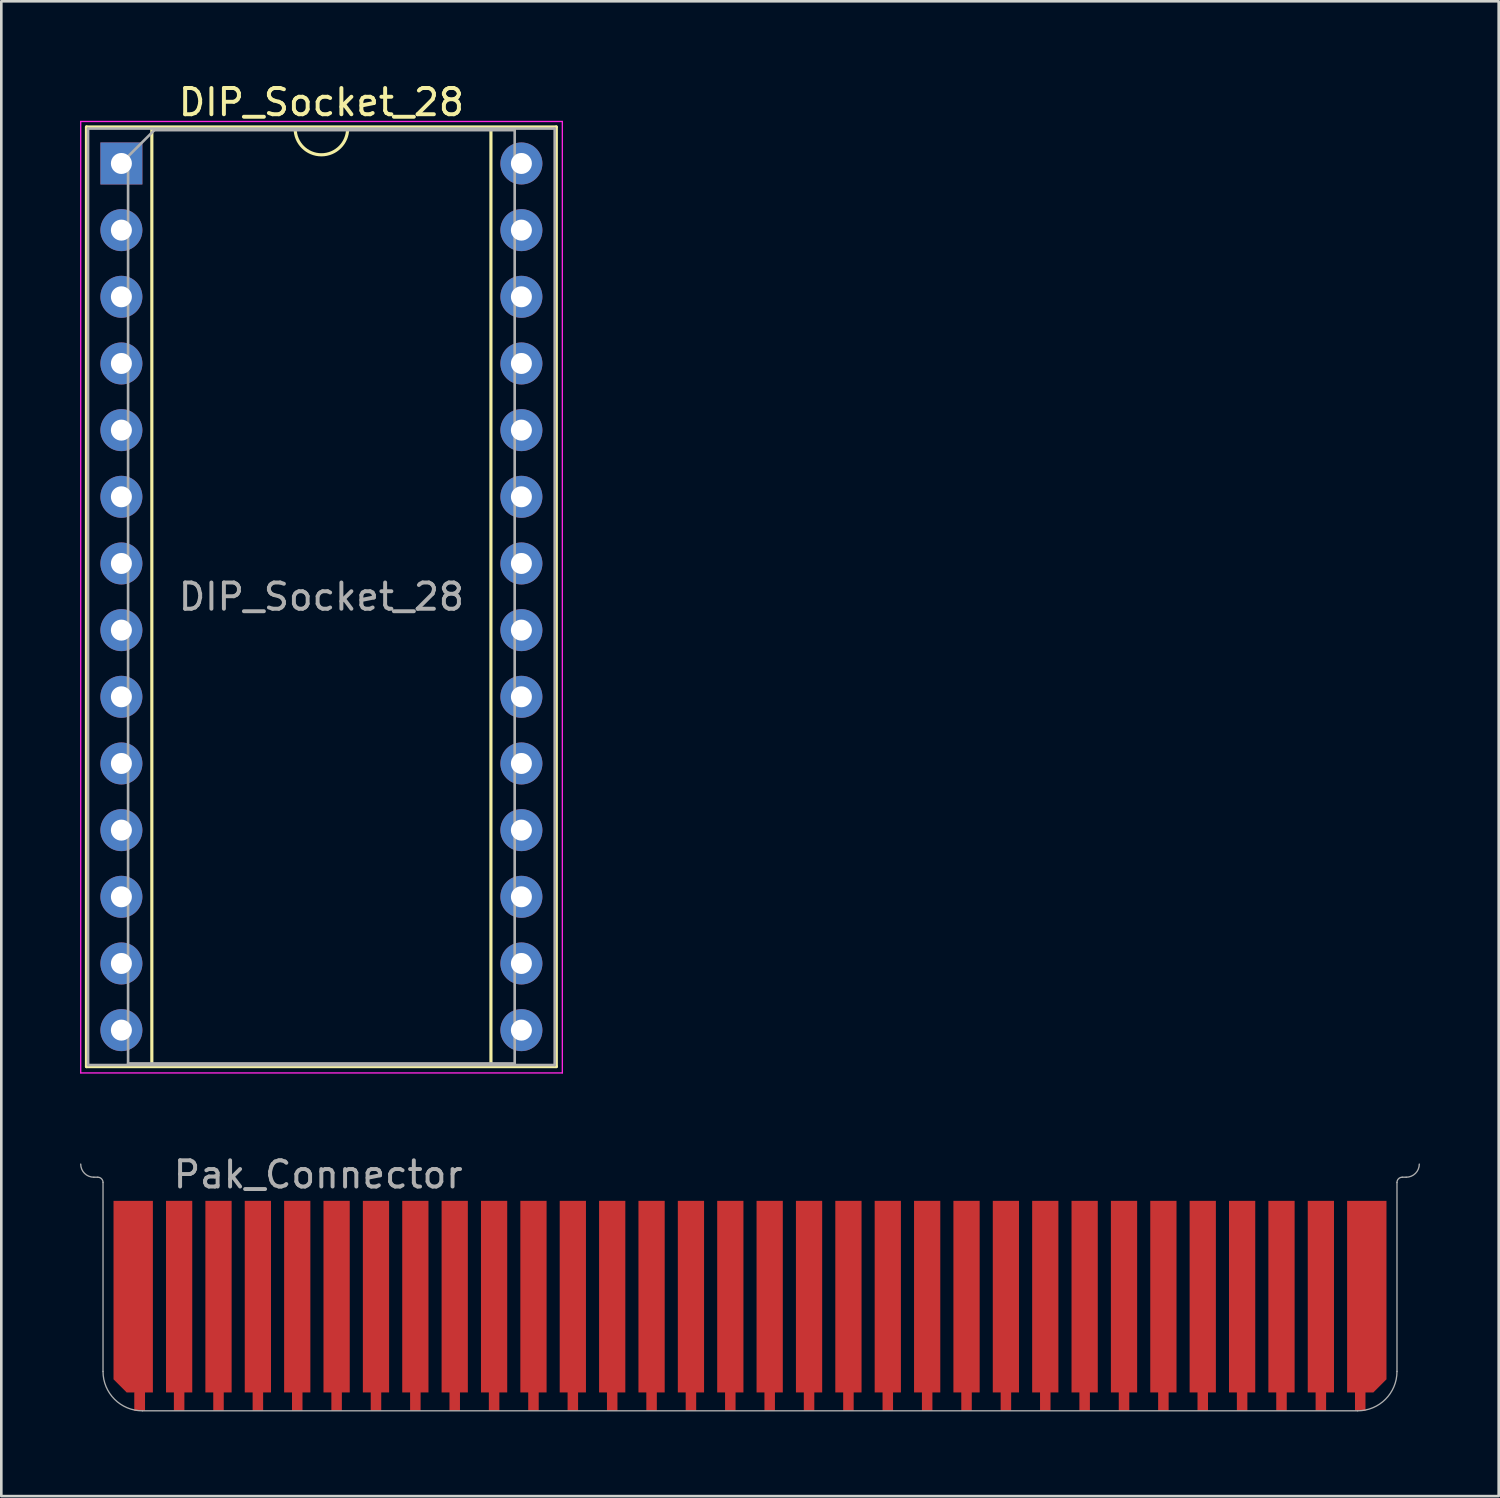
<source format=kicad_pcb>
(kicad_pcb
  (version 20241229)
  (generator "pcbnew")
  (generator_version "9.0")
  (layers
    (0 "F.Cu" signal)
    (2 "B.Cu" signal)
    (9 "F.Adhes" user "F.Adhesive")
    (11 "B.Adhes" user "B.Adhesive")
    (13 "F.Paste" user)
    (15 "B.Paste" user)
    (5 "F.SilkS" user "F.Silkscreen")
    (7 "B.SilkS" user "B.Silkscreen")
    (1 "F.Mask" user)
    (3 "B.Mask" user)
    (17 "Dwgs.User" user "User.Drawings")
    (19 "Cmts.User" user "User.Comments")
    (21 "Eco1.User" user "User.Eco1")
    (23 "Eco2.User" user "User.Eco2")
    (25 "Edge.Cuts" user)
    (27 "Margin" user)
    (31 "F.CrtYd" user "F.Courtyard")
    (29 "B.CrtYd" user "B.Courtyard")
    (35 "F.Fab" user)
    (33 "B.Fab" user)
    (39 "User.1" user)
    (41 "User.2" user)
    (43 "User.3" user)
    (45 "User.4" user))
  (footprint "Pak_Connector"
    (layer "F.Cu")
    (at 25.525 50.702)
    (property "Reference" "Pak_Connector" (at -22.05 -9 0) (layer "F.Fab") (effects (font (size 1 1) (thickness 0.15)) (justify left)))
    (attr through_hole)
    (fp_poly (pts (xy -23.05 0) (xy -23.45 0) (xy -23.45 -0.7) (xy -23.05 -0.7)) (stroke (width 0) (type solid)) (fill yes) (layer "F.Cu"))
    (fp_poly (pts (xy 24.65 -0.7) (xy -24.65 -0.7) (xy -24.65 -7) (xy 24.65 -7)) (stroke (width 0) (type solid)) (fill yes) (layer "F.Mask"))
    (fp_line (start -25 -8.9) (end -24.85 -8.9) (stroke (width 0.05) (type solid)) (layer "F.Fab"))
    (fp_line (start -24.65 -1.5) (end -24.65 -8.7) (stroke (width 0.05) (type solid)) (layer "F.Fab"))
    (fp_line (start -23.15 0) (end 23.15 0) (stroke (width 0.05) (type solid)) (layer "F.Fab"))
    (fp_line (start 24.65 -1.5) (end 24.65 -8.7) (stroke (width 0.05) (type solid)) (layer "F.Fab"))
    (fp_line (start 24.85 -8.9) (end 25 -8.9) (stroke (width 0.05) (type solid)) (layer "F.Fab"))
    (fp_arc (start -25 -8.9) (mid -25.353553 -9.046447) (end -25.5 -9.4) (stroke (width 0.05) (type solid)) (layer "F.Fab"))
    (fp_arc (start -24.85 -8.9) (mid -24.708579 -8.841421) (end -24.65 -8.7) (stroke (width 0.05) (type solid)) (layer "F.Fab"))
    (fp_arc (start -23.15 0) (mid -24.21066 -0.43934) (end -24.65 -1.5) (stroke (width 0.05) (type solid)) (layer "F.Fab"))
    (fp_arc (start 24.65 -8.7) (mid 24.708579 -8.841421) (end 24.85 -8.9) (stroke (width 0.05) (type solid)) (layer "F.Fab"))
    (fp_arc (start 24.65 -1.5) (mid 24.21066 -0.43934) (end 23.15 0) (stroke (width 0.05) (type solid)) (layer "F.Fab"))
    (fp_arc (start 25.5 -9.4) (mid 25.353553 -9.046447) (end 25 -8.9) (stroke (width 0.05) (type solid)) (layer "F.Fab"))
    (pad "1" smd custom (at -23.5 -7.5) (size 1 1) (layers "F.Cu") (options (anchor rect)) (primitives (gr_poly (pts (xy -0.75 6.3) (xy -0.75 -0.5) (xy 0.75 -0.5) (xy 0.75 6.8) (xy 0.45 6.8) (xy 0.45 7.5) (xy 0.05 7.5) (xy 0.05 6.8) (xy -0.25 6.8)) (width 0) (fill yes))))
    (pad "2" smd custom (at -21.75 -7.5) (size 1 1) (layers "F.Cu") (options (anchor rect)) (primitives (gr_poly (pts (xy 0.5 6.8) (xy 0.2 6.8) (xy 0.2 7.5) (xy -0.2 7.5) (xy -0.2 6.8) (xy -0.5 6.8) (xy -0.5 0.5) (xy 0.5 0.5)) (width 0) (fill yes))))
    (pad "3" smd custom (at -20.25 -7.5) (size 1 1) (layers "F.Cu") (options (anchor rect)) (primitives (gr_poly (pts (xy 0.5 6.8) (xy 0.2 6.8) (xy 0.2 7.5) (xy -0.2 7.5) (xy -0.2 6.8) (xy -0.5 6.8) (xy -0.5 0.5) (xy 0.5 0.5)) (width 0) (fill yes))))
    (pad "4" smd custom (at -18.75 -7.5) (size 1 1) (layers "F.Cu") (options (anchor rect)) (primitives (gr_poly (pts (xy 0.5 6.8) (xy 0.2 6.8) (xy 0.2 7.5) (xy -0.2 7.5) (xy -0.2 6.8) (xy -0.5 6.8) (xy -0.5 0.5) (xy 0.5 0.5)) (width 0) (fill yes))))
    (pad "5" smd custom (at -17.25 -7.5) (size 1 1) (layers "F.Cu") (options (anchor rect)) (primitives (gr_poly (pts (xy 0.5 6.8) (xy 0.2 6.8) (xy 0.2 7.5) (xy -0.2 7.5) (xy -0.2 6.8) (xy -0.5 6.8) (xy -0.5 0.5) (xy 0.5 0.5)) (width 0) (fill yes))))
    (pad "6" smd custom (at -15.75 -7.5) (size 1 1) (layers "F.Cu") (options (anchor rect)) (primitives (gr_poly (pts (xy 0.5 6.8) (xy 0.2 6.8) (xy 0.2 7.5) (xy -0.2 7.5) (xy -0.2 6.8) (xy -0.5 6.8) (xy -0.5 0.5) (xy 0.5 0.5)) (width 0) (fill yes))))
    (pad "7" smd custom (at -14.25 -7.5) (size 1 1) (layers "F.Cu") (options (anchor rect)) (primitives (gr_poly (pts (xy 0.5 6.8) (xy 0.2 6.8) (xy 0.2 7.5) (xy -0.2 7.5) (xy -0.2 6.8) (xy -0.5 6.8) (xy -0.5 0.5) (xy 0.5 0.5)) (width 0) (fill yes))))
    (pad "8" smd custom (at -12.75 -7.5) (size 1 1) (layers "F.Cu") (options (anchor rect)) (primitives (gr_poly (pts (xy 0.5 6.8) (xy 0.2 6.8) (xy 0.2 7.5) (xy -0.2 7.5) (xy -0.2 6.8) (xy -0.5 6.8) (xy -0.5 0.5) (xy 0.5 0.5)) (width 0) (fill yes))))
    (pad "9" smd custom (at -11.25 -7.5) (size 1 1) (layers "F.Cu") (options (anchor rect)) (primitives (gr_poly (pts (xy 0.5 6.8) (xy 0.2 6.8) (xy 0.2 7.5) (xy -0.2 7.5) (xy -0.2 6.8) (xy -0.5 6.8) (xy -0.5 0.5) (xy 0.5 0.5)) (width 0) (fill yes))))
    (pad "10" smd custom (at -9.75 -7.5) (size 1 1) (layers "F.Cu") (options (anchor rect)) (primitives (gr_poly (pts (xy 0.5 6.8) (xy 0.2 6.8) (xy 0.2 7.5) (xy -0.2 7.5) (xy -0.2 6.8) (xy -0.5 6.8) (xy -0.5 0.5) (xy 0.5 0.5)) (width 0) (fill yes))))
    (pad "11" smd custom (at -8.25 -7.5) (size 1 1) (layers "F.Cu") (options (anchor rect)) (primitives (gr_poly (pts (xy 0.5 6.8) (xy 0.2 6.8) (xy 0.2 7.5) (xy -0.2 7.5) (xy -0.2 6.8) (xy -0.5 6.8) (xy -0.5 0.5) (xy 0.5 0.5)) (width 0) (fill yes))))
    (pad "12" smd custom (at -6.75 -7.5) (size 1 1) (layers "F.Cu") (options (anchor rect)) (primitives (gr_poly (pts (xy 0.5 6.8) (xy 0.2 6.8) (xy 0.2 7.5) (xy -0.2 7.5) (xy -0.2 6.8) (xy -0.5 6.8) (xy -0.5 0.5) (xy 0.5 0.5)) (width 0) (fill yes))))
    (pad "13" smd custom (at -5.25 -7.5) (size 1 1) (layers "F.Cu") (options (anchor rect)) (primitives (gr_poly (pts (xy 0.5 6.8) (xy 0.2 6.8) (xy 0.2 7.5) (xy -0.2 7.5) (xy -0.2 6.8) (xy -0.5 6.8) (xy -0.5 0.5) (xy 0.5 0.5)) (width 0) (fill yes))))
    (pad "14" smd custom (at -3.75 -7.5) (size 1 1) (layers "F.Cu") (options (anchor rect)) (primitives (gr_poly (pts (xy 0.5 6.8) (xy 0.2 6.8) (xy 0.2 7.5) (xy -0.2 7.5) (xy -0.2 6.8) (xy -0.5 6.8) (xy -0.5 0.5) (xy 0.5 0.5)) (width 0) (fill yes))))
    (pad "15" smd custom (at -2.25 -7.5) (size 1 1) (layers "F.Cu") (options (anchor rect)) (primitives (gr_poly (pts (xy 0.5 6.8) (xy 0.2 6.8) (xy 0.2 7.5) (xy -0.2 7.5) (xy -0.2 6.8) (xy -0.5 6.8) (xy -0.5 0.5) (xy 0.5 0.5)) (width 0) (fill yes))))
    (pad "16" smd custom (at -0.75 -7.5) (size 1 1) (layers "F.Cu") (options (anchor rect)) (primitives (gr_poly (pts (xy 0.5 6.8) (xy 0.2 6.8) (xy 0.2 7.5) (xy -0.2 7.5) (xy -0.2 6.8) (xy -0.5 6.8) (xy -0.5 0.5) (xy 0.5 0.5)) (width 0) (fill yes))))
    (pad "17" smd custom (at 0.75 -7.5) (size 1 1) (layers "F.Cu") (options (anchor rect)) (primitives (gr_poly (pts (xy 0.5 6.8) (xy 0.2 6.8) (xy 0.2 7.5) (xy -0.2 7.5) (xy -0.2 6.8) (xy -0.5 6.8) (xy -0.5 0.5) (xy 0.5 0.5)) (width 0) (fill yes))))
    (pad "18" smd custom (at 2.25 -7.5) (size 1 1) (layers "F.Cu") (options (anchor rect)) (primitives (gr_poly (pts (xy 0.5 6.8) (xy 0.2 6.8) (xy 0.2 7.5) (xy -0.2 7.5) (xy -0.2 6.8) (xy -0.5 6.8) (xy -0.5 0.5) (xy 0.5 0.5)) (width 0) (fill yes))))
    (pad "19" smd custom (at 3.75 -7.5) (size 1 1) (layers "F.Cu") (options (anchor rect)) (primitives (gr_poly (pts (xy 0.5 6.8) (xy 0.2 6.8) (xy 0.2 7.5) (xy -0.2 7.5) (xy -0.2 6.8) (xy -0.5 6.8) (xy -0.5 0.5) (xy 0.5 0.5)) (width 0) (fill yes))))
    (pad "20" smd custom (at 5.25 -7.5) (size 1 1) (layers "F.Cu") (options (anchor rect)) (primitives (gr_poly (pts (xy 0.5 6.8) (xy 0.2 6.8) (xy 0.2 7.5) (xy -0.2 7.5) (xy -0.2 6.8) (xy -0.5 6.8) (xy -0.5 0.5) (xy 0.5 0.5)) (width 0) (fill yes))))
    (pad "21" smd custom (at 6.75 -7.5) (size 1 1) (layers "F.Cu") (options (anchor rect)) (primitives (gr_poly (pts (xy 0.5 6.8) (xy 0.2 6.8) (xy 0.2 7.5) (xy -0.2 7.5) (xy -0.2 6.8) (xy -0.5 6.8) (xy -0.5 0.5) (xy 0.5 0.5)) (width 0) (fill yes))))
    (pad "22" smd custom (at 8.25 -7.5) (size 1 1) (layers "F.Cu") (options (anchor rect)) (primitives (gr_poly (pts (xy 0.5 6.8) (xy 0.2 6.8) (xy 0.2 7.5) (xy -0.2 7.5) (xy -0.2 6.8) (xy -0.5 6.8) (xy -0.5 0.5) (xy 0.5 0.5)) (width 0) (fill yes))))
    (pad "23" smd custom (at 9.75 -7.5) (size 1 1) (layers "F.Cu") (options (anchor rect)) (primitives (gr_poly (pts (xy 0.5 6.8) (xy 0.2 6.8) (xy 0.2 7.5) (xy -0.2 7.5) (xy -0.2 6.8) (xy -0.5 6.8) (xy -0.5 0.5) (xy 0.5 0.5)) (width 0) (fill yes))))
    (pad "24" smd custom (at 11.25 -7.5) (size 1 1) (layers "F.Cu") (options (anchor rect)) (primitives (gr_poly (pts (xy 0.5 6.8) (xy 0.2 6.8) (xy 0.2 7.5) (xy -0.2 7.5) (xy -0.2 6.8) (xy -0.5 6.8) (xy -0.5 0.5) (xy 0.5 0.5)) (width 0) (fill yes))))
    (pad "25" smd custom (at 12.75 -7.5) (size 1 1) (layers "F.Cu") (options (anchor rect)) (primitives (gr_poly (pts (xy 0.5 6.8) (xy 0.2 6.8) (xy 0.2 7.5) (xy -0.2 7.5) (xy -0.2 6.8) (xy -0.5 6.8) (xy -0.5 0.5) (xy 0.5 0.5)) (width 0) (fill yes))))
    (pad "26" smd custom (at 14.25 -7.5) (size 1 1) (layers "F.Cu") (options (anchor rect)) (primitives (gr_poly (pts (xy 0.5 6.8) (xy 0.2 6.8) (xy 0.2 7.5) (xy -0.2 7.5) (xy -0.2 6.8) (xy -0.5 6.8) (xy -0.5 0.5) (xy 0.5 0.5)) (width 0) (fill yes))))
    (pad "27" smd custom (at 15.75 -7.5) (size 1 1) (layers "F.Cu") (options (anchor rect)) (primitives (gr_poly (pts (xy 0.5 6.8) (xy 0.2 6.8) (xy 0.2 7.5) (xy -0.2 7.5) (xy -0.2 6.8) (xy -0.5 6.8) (xy -0.5 0.5) (xy 0.5 0.5)) (width 0) (fill yes))))
    (pad "28" smd custom (at 17.25 -7.5) (size 1 1) (layers "F.Cu") (options (anchor rect)) (primitives (gr_poly (pts (xy 0.5 6.8) (xy 0.2 6.8) (xy 0.2 7.5) (xy -0.2 7.5) (xy -0.2 6.8) (xy -0.5 6.8) (xy -0.5 0.5) (xy 0.5 0.5)) (width 0) (fill yes))))
    (pad "29" smd custom (at 18.75 -7.5) (size 1 1) (layers "F.Cu") (options (anchor rect)) (primitives (gr_poly (pts (xy 0.5 6.8) (xy 0.2 6.8) (xy 0.2 7.5) (xy -0.2 7.5) (xy -0.2 6.8) (xy -0.5 6.8) (xy -0.5 0.5) (xy 0.5 0.5)) (width 0) (fill yes))))
    (pad "30" smd custom (at 20.25 -7.5) (size 1 1) (layers "F.Cu") (options (anchor rect)) (primitives (gr_poly (pts (xy 0.5 6.8) (xy 0.2 6.8) (xy 0.2 7.5) (xy -0.2 7.5) (xy -0.2 6.8) (xy -0.5 6.8) (xy -0.5 0.5) (xy 0.5 0.5)) (width 0) (fill yes))))
    (pad "31" smd custom (at 21.75 -7.5) (size 1 1) (layers "F.Cu") (options (anchor rect)) (primitives (gr_poly (pts (xy 0.5 6.8) (xy 0.2 6.8) (xy 0.2 7.5) (xy -0.2 7.5) (xy -0.2 6.8) (xy -0.5 6.8) (xy -0.5 0.5) (xy 0.5 0.5)) (width 0) (fill yes))))
    (pad "32" smd custom (at 23.5 -7.5) (size 1 1) (layers "F.Cu") (options (anchor rect)) (primitives (gr_poly (pts (xy -0.75 6.8) (xy -0.75 -0.5) (xy 0.75 -0.5) (xy 0.75 6.3) (xy 0.25 6.8) (xy -0.05 6.8) (xy -0.05 7.5) (xy -0.45 7.5) (xy -0.45 6.8)) (width 0) (fill yes)))))
  (footprint "DIP_Socket_28"
    (layer "F.Cu")
    (at 1.575 3.178)
    (property "Reference" "DIP_Socket_28" (at 7.62 -2.33 0) (layer "F.SilkS") (effects (font (size 1 1) (thickness 0.15))))
    (attr through_hole)
    (fp_line (start -1.33 -1.39) (end -1.33 34.41) (stroke (width 0.12) (type solid)) (layer "F.SilkS"))
    (fp_line (start -1.33 34.41) (end 16.57 34.41) (stroke (width 0.12) (type solid)) (layer "F.SilkS"))
    (fp_line (start 1.16 -1.33) (end 1.16 34.35) (stroke (width 0.12) (type solid)) (layer "F.SilkS"))
    (fp_line (start 1.16 34.35) (end 14.08 34.35) (stroke (width 0.12) (type solid)) (layer "F.SilkS"))
    (fp_line (start 6.62 -1.33) (end 1.16 -1.33) (stroke (width 0.12) (type solid)) (layer "F.SilkS"))
    (fp_line (start 14.08 -1.33) (end 8.62 -1.33) (stroke (width 0.12) (type solid)) (layer "F.SilkS"))
    (fp_line (start 14.08 34.35) (end 14.08 -1.33) (stroke (width 0.12) (type solid)) (layer "F.SilkS"))
    (fp_line (start 16.57 -1.39) (end -1.33 -1.39) (stroke (width 0.12) (type solid)) (layer "F.SilkS"))
    (fp_line (start 16.57 34.41) (end 16.57 -1.39) (stroke (width 0.12) (type solid)) (layer "F.SilkS"))
    (fp_arc (start 8.62 -1.33) (mid 7.62 -0.33) (end 6.62 -1.33) (stroke (width 0.12) (type solid)) (layer "F.SilkS"))
    (fp_line (start -1.55 -1.6) (end -1.55 34.65) (stroke (width 0.05) (type solid)) (layer "F.CrtYd"))
    (fp_line (start -1.55 34.65) (end 16.8 34.65) (stroke (width 0.05) (type solid)) (layer "F.CrtYd"))
    (fp_line (start 16.8 -1.6) (end -1.55 -1.6) (stroke (width 0.05) (type solid)) (layer "F.CrtYd"))
    (fp_line (start 16.8 34.65) (end 16.8 -1.6) (stroke (width 0.05) (type solid)) (layer "F.CrtYd"))
    (fp_line (start -1.27 -1.33) (end -1.27 34.35) (stroke (width 0.1) (type solid)) (layer "F.Fab"))
    (fp_line (start -1.27 34.35) (end 16.51 34.35) (stroke (width 0.1) (type solid)) (layer "F.Fab"))
    (fp_line (start 0.255 -0.27) (end 1.255 -1.27) (stroke (width 0.1) (type solid)) (layer "F.Fab"))
    (fp_line (start 0.255 34.29) (end 0.255 -0.27) (stroke (width 0.1) (type solid)) (layer "F.Fab"))
    (fp_line (start 1.255 -1.27) (end 14.985 -1.27) (stroke (width 0.1) (type solid)) (layer "F.Fab"))
    (fp_line (start 14.985 -1.27) (end 14.985 34.29) (stroke (width 0.1) (type solid)) (layer "F.Fab"))
    (fp_line (start 14.985 34.29) (end 0.255 34.29) (stroke (width 0.1) (type solid)) (layer "F.Fab"))
    (fp_line (start 16.51 -1.33) (end -1.27 -1.33) (stroke (width 0.1) (type solid)) (layer "F.Fab"))
    (fp_line (start 16.51 34.35) (end 16.51 -1.33) (stroke (width 0.1) (type solid)) (layer "F.Fab"))
    (fp_text user "${REFERENCE}" (at 7.62 16.51 0) (layer "F.Fab") (effects (font (size 1 1) (thickness 0.15))))
    (pad "1" thru_hole rect (at 0 0) (size 1.6 1.6) (drill 0.8) (layers "*.Cu" "*.Mask"))
    (pad "2" thru_hole oval (at 0 2.54) (size 1.6 1.6) (drill 0.8) (layers "*.Cu" "*.Mask"))
    (pad "3" thru_hole oval (at 0 5.08) (size 1.6 1.6) (drill 0.8) (layers "*.Cu" "*.Mask"))
    (pad "4" thru_hole oval (at 0 7.62) (size 1.6 1.6) (drill 0.8) (layers "*.Cu" "*.Mask"))
    (pad "5" thru_hole oval (at 0 10.16) (size 1.6 1.6) (drill 0.8) (layers "*.Cu" "*.Mask"))
    (pad "6" thru_hole oval (at 0 12.7) (size 1.6 1.6) (drill 0.8) (layers "*.Cu" "*.Mask"))
    (pad "7" thru_hole oval (at 0 15.24) (size 1.6 1.6) (drill 0.8) (layers "*.Cu" "*.Mask"))
    (pad "8" thru_hole oval (at 0 17.78) (size 1.6 1.6) (drill 0.8) (layers "*.Cu" "*.Mask"))
    (pad "9" thru_hole oval (at 0 20.32) (size 1.6 1.6) (drill 0.8) (layers "*.Cu" "*.Mask"))
    (pad "10" thru_hole oval (at 0 22.86) (size 1.6 1.6) (drill 0.8) (layers "*.Cu" "*.Mask"))
    (pad "11" thru_hole oval (at 0 25.4) (size 1.6 1.6) (drill 0.8) (layers "*.Cu" "*.Mask"))
    (pad "12" thru_hole oval (at 0 27.94) (size 1.6 1.6) (drill 0.8) (layers "*.Cu" "*.Mask"))
    (pad "13" thru_hole oval (at 0 30.48) (size 1.6 1.6) (drill 0.8) (layers "*.Cu" "*.Mask"))
    (pad "14" thru_hole oval (at 0 33.02) (size 1.6 1.6) (drill 0.8) (layers "*.Cu" "*.Mask"))
    (pad "15" thru_hole oval (at 15.24 33.02) (size 1.6 1.6) (drill 0.8) (layers "*.Cu" "*.Mask"))
    (pad "16" thru_hole oval (at 15.24 30.48) (size 1.6 1.6) (drill 0.8) (layers "*.Cu" "*.Mask"))
    (pad "17" thru_hole oval (at 15.24 27.94) (size 1.6 1.6) (drill 0.8) (layers "*.Cu" "*.Mask"))
    (pad "18" thru_hole oval (at 15.24 25.4) (size 1.6 1.6) (drill 0.8) (layers "*.Cu" "*.Mask"))
    (pad "19" thru_hole oval (at 15.24 22.86) (size 1.6 1.6) (drill 0.8) (layers "*.Cu" "*.Mask"))
    (pad "20" thru_hole oval (at 15.24 20.32) (size 1.6 1.6) (drill 0.8) (layers "*.Cu" "*.Mask"))
    (pad "21" thru_hole oval (at 15.24 17.78) (size 1.6 1.6) (drill 0.8) (layers "*.Cu" "*.Mask"))
    (pad "22" thru_hole oval (at 15.24 15.24) (size 1.6 1.6) (drill 0.8) (layers "*.Cu" "*.Mask"))
    (pad "23" thru_hole oval (at 15.24 12.7) (size 1.6 1.6) (drill 0.8) (layers "*.Cu" "*.Mask"))
    (pad "24" thru_hole oval (at 15.24 10.16) (size 1.6 1.6) (drill 0.8) (layers "*.Cu" "*.Mask"))
    (pad "25" thru_hole oval (at 15.24 7.62) (size 1.6 1.6) (drill 0.8) (layers "*.Cu" "*.Mask"))
    (pad "26" thru_hole oval (at 15.24 5.08) (size 1.6 1.6) (drill 0.8) (layers "*.Cu" "*.Mask"))
    (pad "27" thru_hole oval (at 15.24 2.54) (size 1.6 1.6) (drill 0.8) (layers "*.Cu" "*.Mask"))
    (pad "28" thru_hole oval (at 15.24 0) (size 1.6 1.6) (drill 0.8) (layers "*.Cu" "*.Mask")))
  (gr_rect
    (start -3 -3)
    (end 54.05 53.952)
    (stroke (width 0.1) (type default))
    (fill no)
    (layer "Edge.Cuts")))
</source>
